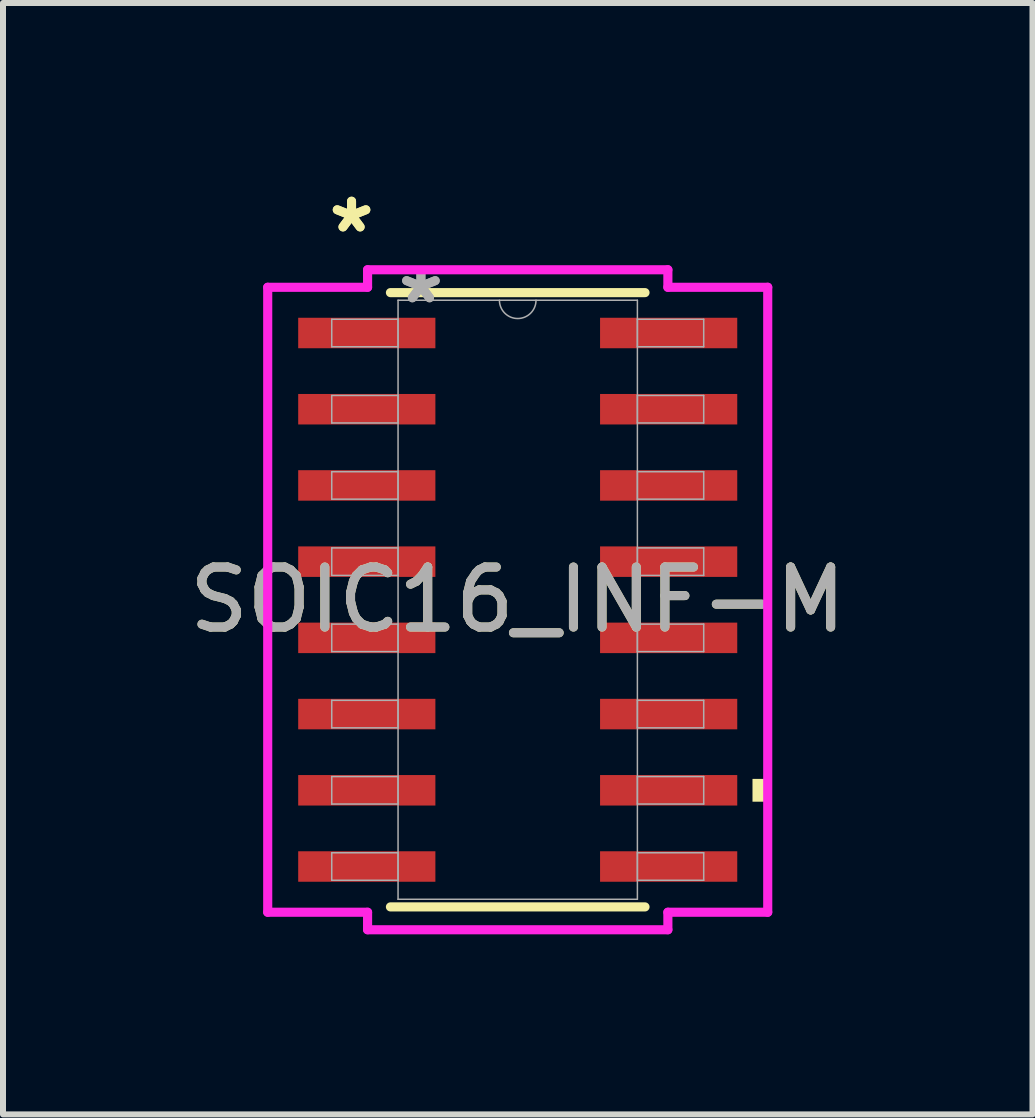
<source format=kicad_pcb>
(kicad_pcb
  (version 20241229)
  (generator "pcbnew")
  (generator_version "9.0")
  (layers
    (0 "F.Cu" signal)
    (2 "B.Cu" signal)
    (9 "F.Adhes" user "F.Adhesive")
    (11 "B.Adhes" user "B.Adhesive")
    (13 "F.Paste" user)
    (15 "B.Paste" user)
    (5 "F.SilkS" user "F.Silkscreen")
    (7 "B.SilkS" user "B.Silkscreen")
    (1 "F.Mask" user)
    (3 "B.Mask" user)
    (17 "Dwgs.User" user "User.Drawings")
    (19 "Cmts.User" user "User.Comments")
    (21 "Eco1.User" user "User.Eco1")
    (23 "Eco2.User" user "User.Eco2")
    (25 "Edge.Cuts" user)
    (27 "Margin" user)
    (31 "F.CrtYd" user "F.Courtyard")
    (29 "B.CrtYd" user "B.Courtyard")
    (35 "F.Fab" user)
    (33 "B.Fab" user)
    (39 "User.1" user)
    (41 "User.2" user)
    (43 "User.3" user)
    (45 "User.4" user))
  (footprint "SOIC16_INF-M"
    (layer "F.Cu")
    (at 5.577 6.944)
    (property "Reference" "SOIC16_INF-M" (at 0 0 0) (unlocked yes) (layer "F.SilkS") (effects (font (size 1 1) (thickness 0.15))))
    (attr smd)
    (fp_line (start -2.121 5.118) (end 2.121 5.118) (stroke (width 0.152) (type solid)) (layer "F.SilkS"))
    (fp_line (start 2.121 -5.118) (end -2.121 -5.118) (stroke (width 0.152) (type solid)) (layer "F.SilkS"))
    (fp_poly (pts (xy 4.166 2.985) (xy 4.166 3.365) (xy 3.912 3.365) (xy 3.912 2.985)) (stroke (width 0) (type solid)) (fill yes) (layer "F.SilkS"))
    (fp_line (start -4.166 -5.207) (end -2.502 -5.207) (stroke (width 0.152) (type solid)) (layer "F.CrtYd"))
    (fp_line (start -4.166 5.207) (end -4.166 -5.207) (stroke (width 0.152) (type solid)) (layer "F.CrtYd"))
    (fp_line (start -4.166 5.207) (end -2.502 5.207) (stroke (width 0.152) (type solid)) (layer "F.CrtYd"))
    (fp_line (start -2.502 -5.499) (end 2.502 -5.499) (stroke (width 0.152) (type solid)) (layer "F.CrtYd"))
    (fp_line (start -2.502 -5.207) (end -2.502 -5.499) (stroke (width 0.152) (type solid)) (layer "F.CrtYd"))
    (fp_line (start -2.502 5.499) (end -2.502 5.207) (stroke (width 0.152) (type solid)) (layer "F.CrtYd"))
    (fp_line (start 2.502 -5.499) (end 2.502 -5.207) (stroke (width 0.152) (type solid)) (layer "F.CrtYd"))
    (fp_line (start 2.502 5.207) (end 2.502 5.499) (stroke (width 0.152) (type solid)) (layer "F.CrtYd"))
    (fp_line (start 2.502 5.499) (end -2.502 5.499) (stroke (width 0.152) (type solid)) (layer "F.CrtYd"))
    (fp_line (start 4.166 -5.207) (end 2.502 -5.207) (stroke (width 0.152) (type solid)) (layer "F.CrtYd"))
    (fp_line (start 4.166 -5.207) (end 4.166 5.207) (stroke (width 0.152) (type solid)) (layer "F.CrtYd"))
    (fp_line (start 4.166 5.207) (end 2.502 5.207) (stroke (width 0.152) (type solid)) (layer "F.CrtYd"))
    (fp_line (start -3.099 -4.674) (end -3.099 -4.216) (stroke (width 0.025) (type solid)) (layer "F.Fab"))
    (fp_line (start -3.099 -4.216) (end -1.994 -4.216) (stroke (width 0.025) (type solid)) (layer "F.Fab"))
    (fp_line (start -3.099 -3.404) (end -3.099 -2.946) (stroke (width 0.025) (type solid)) (layer "F.Fab"))
    (fp_line (start -3.099 -2.946) (end -1.994 -2.946) (stroke (width 0.025) (type solid)) (layer "F.Fab"))
    (fp_line (start -3.099 -2.134) (end -3.099 -1.676) (stroke (width 0.025) (type solid)) (layer "F.Fab"))
    (fp_line (start -3.099 -1.676) (end -1.994 -1.676) (stroke (width 0.025) (type solid)) (layer "F.Fab"))
    (fp_line (start -3.099 -0.864) (end -3.099 -0.406) (stroke (width 0.025) (type solid)) (layer "F.Fab"))
    (fp_line (start -3.099 -0.406) (end -1.994 -0.406) (stroke (width 0.025) (type solid)) (layer "F.Fab"))
    (fp_line (start -3.099 0.406) (end -3.099 0.864) (stroke (width 0.025) (type solid)) (layer "F.Fab"))
    (fp_line (start -3.099 0.864) (end -1.994 0.864) (stroke (width 0.025) (type solid)) (layer "F.Fab"))
    (fp_line (start -3.099 1.676) (end -3.099 2.134) (stroke (width 0.025) (type solid)) (layer "F.Fab"))
    (fp_line (start -3.099 2.134) (end -1.994 2.134) (stroke (width 0.025) (type solid)) (layer "F.Fab"))
    (fp_line (start -3.099 2.946) (end -3.099 3.404) (stroke (width 0.025) (type solid)) (layer "F.Fab"))
    (fp_line (start -3.099 3.404) (end -1.994 3.404) (stroke (width 0.025) (type solid)) (layer "F.Fab"))
    (fp_line (start -3.099 4.216) (end -3.099 4.674) (stroke (width 0.025) (type solid)) (layer "F.Fab"))
    (fp_line (start -3.099 4.674) (end -1.994 4.674) (stroke (width 0.025) (type solid)) (layer "F.Fab"))
    (fp_line (start -1.994 -4.991) (end -1.994 4.991) (stroke (width 0.025) (type solid)) (layer "F.Fab"))
    (fp_line (start -1.994 -4.674) (end -3.099 -4.674) (stroke (width 0.025) (type solid)) (layer "F.Fab"))
    (fp_line (start -1.994 -4.216) (end -1.994 -4.674) (stroke (width 0.025) (type solid)) (layer "F.Fab"))
    (fp_line (start -1.994 -3.404) (end -3.099 -3.404) (stroke (width 0.025) (type solid)) (layer "F.Fab"))
    (fp_line (start -1.994 -2.946) (end -1.994 -3.404) (stroke (width 0.025) (type solid)) (layer "F.Fab"))
    (fp_line (start -1.994 -2.134) (end -3.099 -2.134) (stroke (width 0.025) (type solid)) (layer "F.Fab"))
    (fp_line (start -1.994 -1.676) (end -1.994 -2.134) (stroke (width 0.025) (type solid)) (layer "F.Fab"))
    (fp_line (start -1.994 -0.864) (end -3.099 -0.864) (stroke (width 0.025) (type solid)) (layer "F.Fab"))
    (fp_line (start -1.994 -0.406) (end -1.994 -0.864) (stroke (width 0.025) (type solid)) (layer "F.Fab"))
    (fp_line (start -1.994 0.406) (end -3.099 0.406) (stroke (width 0.025) (type solid)) (layer "F.Fab"))
    (fp_line (start -1.994 0.864) (end -1.994 0.406) (stroke (width 0.025) (type solid)) (layer "F.Fab"))
    (fp_line (start -1.994 1.676) (end -3.099 1.676) (stroke (width 0.025) (type solid)) (layer "F.Fab"))
    (fp_line (start -1.994 2.134) (end -1.994 1.676) (stroke (width 0.025) (type solid)) (layer "F.Fab"))
    (fp_line (start -1.994 2.946) (end -3.099 2.946) (stroke (width 0.025) (type solid)) (layer "F.Fab"))
    (fp_line (start -1.994 3.404) (end -1.994 2.946) (stroke (width 0.025) (type solid)) (layer "F.Fab"))
    (fp_line (start -1.994 4.216) (end -3.099 4.216) (stroke (width 0.025) (type solid)) (layer "F.Fab"))
    (fp_line (start -1.994 4.674) (end -1.994 4.216) (stroke (width 0.025) (type solid)) (layer "F.Fab"))
    (fp_line (start -1.994 4.991) (end 1.994 4.991) (stroke (width 0.025) (type solid)) (layer "F.Fab"))
    (fp_line (start 1.994 -4.991) (end -1.994 -4.991) (stroke (width 0.025) (type solid)) (layer "F.Fab"))
    (fp_line (start 1.994 -4.674) (end 1.994 -4.216) (stroke (width 0.025) (type solid)) (layer "F.Fab"))
    (fp_line (start 1.994 -4.216) (end 3.099 -4.216) (stroke (width 0.025) (type solid)) (layer "F.Fab"))
    (fp_line (start 1.994 -3.404) (end 1.994 -2.946) (stroke (width 0.025) (type solid)) (layer "F.Fab"))
    (fp_line (start 1.994 -2.946) (end 3.099 -2.946) (stroke (width 0.025) (type solid)) (layer "F.Fab"))
    (fp_line (start 1.994 -2.134) (end 1.994 -1.676) (stroke (width 0.025) (type solid)) (layer "F.Fab"))
    (fp_line (start 1.994 -1.676) (end 3.099 -1.676) (stroke (width 0.025) (type solid)) (layer "F.Fab"))
    (fp_line (start 1.994 -0.864) (end 1.994 -0.406) (stroke (width 0.025) (type solid)) (layer "F.Fab"))
    (fp_line (start 1.994 -0.406) (end 3.099 -0.406) (stroke (width 0.025) (type solid)) (layer "F.Fab"))
    (fp_line (start 1.994 0.406) (end 1.994 0.864) (stroke (width 0.025) (type solid)) (layer "F.Fab"))
    (fp_line (start 1.994 0.864) (end 3.099 0.864) (stroke (width 0.025) (type solid)) (layer "F.Fab"))
    (fp_line (start 1.994 1.676) (end 1.994 2.134) (stroke (width 0.025) (type solid)) (layer "F.Fab"))
    (fp_line (start 1.994 2.134) (end 3.099 2.134) (stroke (width 0.025) (type solid)) (layer "F.Fab"))
    (fp_line (start 1.994 2.946) (end 1.994 3.404) (stroke (width 0.025) (type solid)) (layer "F.Fab"))
    (fp_line (start 1.994 3.404) (end 3.099 3.404) (stroke (width 0.025) (type solid)) (layer "F.Fab"))
    (fp_line (start 1.994 4.216) (end 1.994 4.674) (stroke (width 0.025) (type solid)) (layer "F.Fab"))
    (fp_line (start 1.994 4.674) (end 3.099 4.674) (stroke (width 0.025) (type solid)) (layer "F.Fab"))
    (fp_line (start 1.994 4.991) (end 1.994 -4.991) (stroke (width 0.025) (type solid)) (layer "F.Fab"))
    (fp_line (start 3.099 -4.674) (end 1.994 -4.674) (stroke (width 0.025) (type solid)) (layer "F.Fab"))
    (fp_line (start 3.099 -4.216) (end 3.099 -4.674) (stroke (width 0.025) (type solid)) (layer "F.Fab"))
    (fp_line (start 3.099 -3.404) (end 1.994 -3.404) (stroke (width 0.025) (type solid)) (layer "F.Fab"))
    (fp_line (start 3.099 -2.946) (end 3.099 -3.404) (stroke (width 0.025) (type solid)) (layer "F.Fab"))
    (fp_line (start 3.099 -2.134) (end 1.994 -2.134) (stroke (width 0.025) (type solid)) (layer "F.Fab"))
    (fp_line (start 3.099 -1.676) (end 3.099 -2.134) (stroke (width 0.025) (type solid)) (layer "F.Fab"))
    (fp_line (start 3.099 -0.864) (end 1.994 -0.864) (stroke (width 0.025) (type solid)) (layer "F.Fab"))
    (fp_line (start 3.099 -0.406) (end 3.099 -0.864) (stroke (width 0.025) (type solid)) (layer "F.Fab"))
    (fp_line (start 3.099 0.406) (end 1.994 0.406) (stroke (width 0.025) (type solid)) (layer "F.Fab"))
    (fp_line (start 3.099 0.864) (end 3.099 0.406) (stroke (width 0.025) (type solid)) (layer "F.Fab"))
    (fp_line (start 3.099 1.676) (end 1.994 1.676) (stroke (width 0.025) (type solid)) (layer "F.Fab"))
    (fp_line (start 3.099 2.134) (end 3.099 1.676) (stroke (width 0.025) (type solid)) (layer "F.Fab"))
    (fp_line (start 3.099 2.946) (end 1.994 2.946) (stroke (width 0.025) (type solid)) (layer "F.Fab"))
    (fp_line (start 3.099 3.404) (end 3.099 2.946) (stroke (width 0.025) (type solid)) (layer "F.Fab"))
    (fp_line (start 3.099 4.216) (end 1.994 4.216) (stroke (width 0.025) (type solid)) (layer "F.Fab"))
    (fp_line (start 3.099 4.674) (end 3.099 4.216) (stroke (width 0.025) (type solid)) (layer "F.Fab"))
    (fp_arc (start 0.3048 -4.9911) (mid 0 -4.6863) (end -0.3048 -4.9911) (stroke (width 0.0254) (type solid)) (layer "F.Fab"))
    (fp_text user "*" (at -2.769 -6.096 0) (layer "F.SilkS") (effects (font (size 1 1) (thickness 0.15))))
    (fp_text user "*" (at -2.769 -6.096 0) (unlocked yes) (layer "F.SilkS") (effects (font (size 1 1) (thickness 0.15))))
    (fp_text user "${REFERENCE}" (at 0 0 0) (unlocked yes) (layer "F.Fab") (effects (font (size 1 1) (thickness 0.15))))
    (fp_text user "*" (at -1.613 -4.915 0) (unlocked yes) (layer "F.Fab") (effects (font (size 1 1) (thickness 0.15))))
    (fp_text user "*" (at -1.613 -4.915 0) (layer "F.Fab") (effects (font (size 1 1) (thickness 0.15))))
    (pad "1" smd rect (at -2.515 -4.445) (size 2.286 0.508) (layers "F.Cu" "F.Mask" "F.Paste"))
    (pad "2" smd rect (at -2.515 -3.175) (size 2.286 0.508) (layers "F.Cu" "F.Mask" "F.Paste"))
    (pad "3" smd rect (at -2.515 -1.905) (size 2.286 0.508) (layers "F.Cu" "F.Mask" "F.Paste"))
    (pad "4" smd rect (at -2.515 -0.635) (size 2.286 0.508) (layers "F.Cu" "F.Mask" "F.Paste"))
    (pad "5" smd rect (at -2.515 0.635) (size 2.286 0.508) (layers "F.Cu" "F.Mask" "F.Paste"))
    (pad "6" smd rect (at -2.515 1.905) (size 2.286 0.508) (layers "F.Cu" "F.Mask" "F.Paste"))
    (pad "7" smd rect (at -2.515 3.175) (size 2.286 0.508) (layers "F.Cu" "F.Mask" "F.Paste"))
    (pad "8" smd rect (at -2.515 4.445) (size 2.286 0.508) (layers "F.Cu" "F.Mask" "F.Paste"))
    (pad "9" smd rect (at 2.515 4.445) (size 2.286 0.508) (layers "F.Cu" "F.Mask" "F.Paste"))
    (pad "10" smd rect (at 2.515 3.175) (size 2.286 0.508) (layers "F.Cu" "F.Mask" "F.Paste"))
    (pad "11" smd rect (at 2.515 1.905) (size 2.286 0.508) (layers "F.Cu" "F.Mask" "F.Paste"))
    (pad "12" smd rect (at 2.515 0.635) (size 2.286 0.508) (layers "F.Cu" "F.Mask" "F.Paste"))
    (pad "13" smd rect (at 2.515 -0.635) (size 2.286 0.508) (layers "F.Cu" "F.Mask" "F.Paste"))
    (pad "14" smd rect (at 2.515 -1.905) (size 2.286 0.508) (layers "F.Cu" "F.Mask" "F.Paste"))
    (pad "15" smd rect (at 2.515 -3.175) (size 2.286 0.508) (layers "F.Cu" "F.Mask" "F.Paste"))
    (pad "16" smd rect (at 2.515 -4.445) (size 2.286 0.508) (layers "F.Cu" "F.Mask" "F.Paste")))
  (gr_rect
    (start -3 -3)
    (end 14.155 15.52)
    (stroke (width 0.1) (type default))
    (fill no)
    (layer "Edge.Cuts")))
</source>
